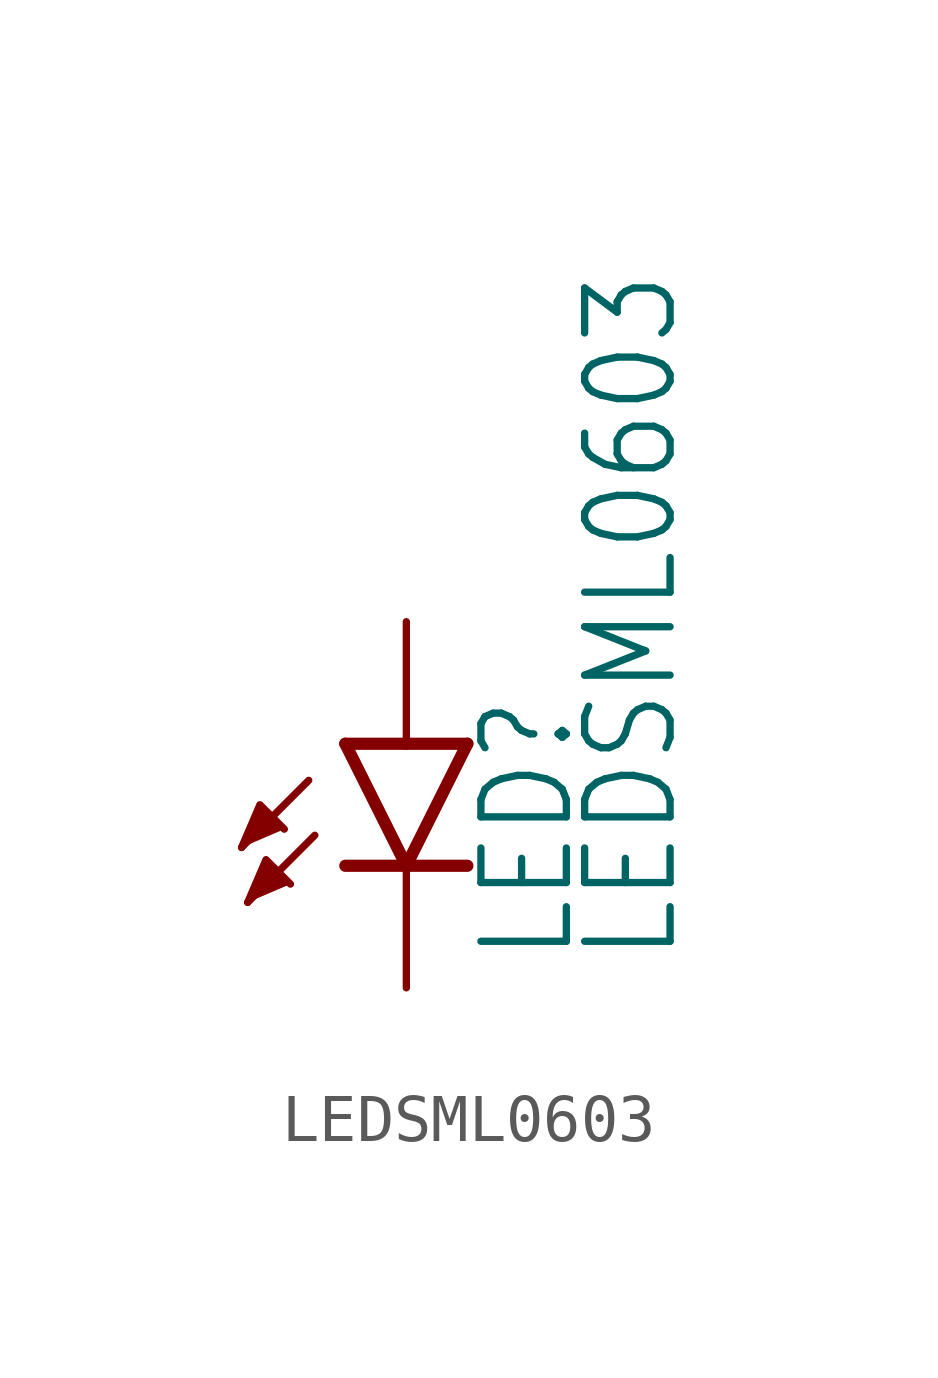
<source format=kicad_sym>
(kicad_symbol_lib
  (version 20211014)
  (generator kicad_symbol_editor)
  (symbol "LEDSML0603"
    (property "Reference" "LED"
      (at 3.556 -4.572 90)
      (effects (font (size 1.778 1.511)) (justify left bottom)))
    (property "Value" "LEDSML0603"
      (at 5.715 -4.572 90)
      (effects (font (size 1.778 1.511)) (justify left bottom)))
    (property "ki_locked" ""
      (at 0 0 0)
      (effects (font (size 1.27 1.27))))
    (symbol "LEDSML0603_1_0"
      (polyline (pts (xy -2.032 -0.762) (xy -3.429 -2.159)) (stroke (width 0.152) (type default) (color 0 0 0 0)) (fill (type none)))
      (polyline (pts (xy -1.905 -1.905) (xy -3.302 -3.302)) (stroke (width 0.152) (type default) (color 0 0 0 0)) (fill (type none)))
      (polyline (pts (xy 0 -2.54) (xy -1.27 -2.54)) (stroke (width 0.254) (type default) (color 0 0 0 0)) (fill (type none)))
      (polyline (pts (xy 0 -2.54) (xy -1.27 0)) (stroke (width 0.254) (type default) (color 0 0 0 0)) (fill (type none)))
      (polyline (pts (xy 0 0) (xy -1.27 0)) (stroke (width 0.254) (type default) (color 0 0 0 0)) (fill (type none)))
      (polyline (pts (xy 1.27 -2.54) (xy 0 -2.54)) (stroke (width 0.254) (type default) (color 0 0 0 0)) (fill (type none)))
      (polyline (pts (xy 1.27 0) (xy 0 -2.54)) (stroke (width 0.254) (type default) (color 0 0 0 0)) (fill (type none)))
      (polyline (pts (xy 1.27 0) (xy 0 0)) (stroke (width 0.254) (type default) (color 0 0 0 0)) (fill (type none)))
      (polyline (pts (xy -3.429 -2.159) (xy -3.048 -1.27) (xy -2.54 -1.778)) (stroke (width 0) (type default) (color 0 0 0 0)) (fill (type outline)))
      (polyline (pts (xy -3.302 -3.302) (xy -2.921 -2.413) (xy -2.413 -2.921)) (stroke (width 0) (type default) (color 0 0 0 0)) (fill (type outline)))
      (pin passive line (at 0 2.54 270) (length 2.54) (name "A" (effects (font (size 0 0)))) (number "A" (effects (font (size 0 0)))))
      (pin passive line (at 0 -5.08 90) (length 2.54) (name "C" (effects (font (size 0 0)))) (number "C" (effects (font (size 0 0))))))))
</source>
